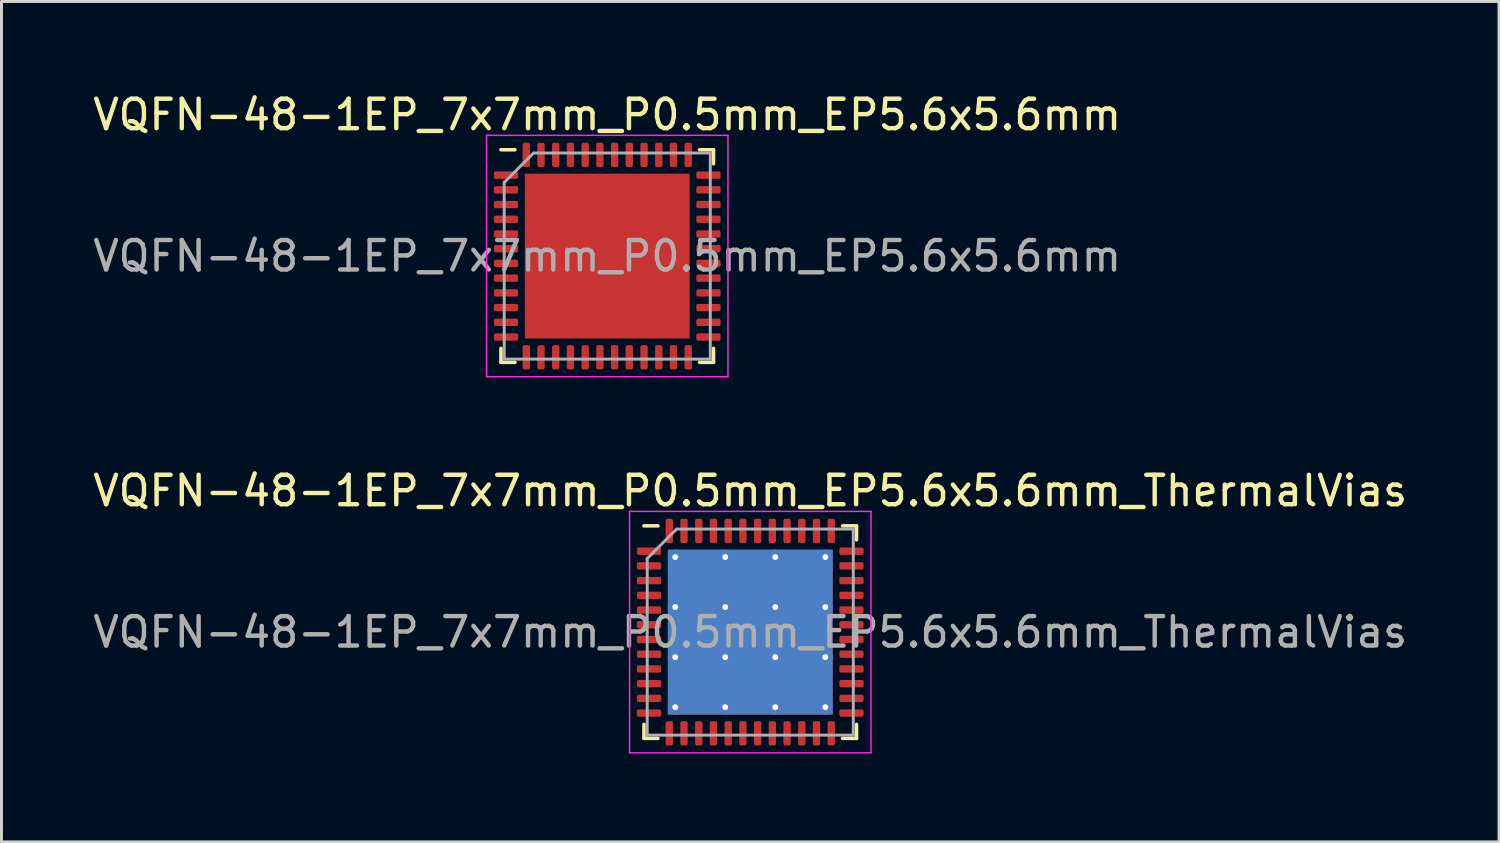
<source format=kicad_pcb>
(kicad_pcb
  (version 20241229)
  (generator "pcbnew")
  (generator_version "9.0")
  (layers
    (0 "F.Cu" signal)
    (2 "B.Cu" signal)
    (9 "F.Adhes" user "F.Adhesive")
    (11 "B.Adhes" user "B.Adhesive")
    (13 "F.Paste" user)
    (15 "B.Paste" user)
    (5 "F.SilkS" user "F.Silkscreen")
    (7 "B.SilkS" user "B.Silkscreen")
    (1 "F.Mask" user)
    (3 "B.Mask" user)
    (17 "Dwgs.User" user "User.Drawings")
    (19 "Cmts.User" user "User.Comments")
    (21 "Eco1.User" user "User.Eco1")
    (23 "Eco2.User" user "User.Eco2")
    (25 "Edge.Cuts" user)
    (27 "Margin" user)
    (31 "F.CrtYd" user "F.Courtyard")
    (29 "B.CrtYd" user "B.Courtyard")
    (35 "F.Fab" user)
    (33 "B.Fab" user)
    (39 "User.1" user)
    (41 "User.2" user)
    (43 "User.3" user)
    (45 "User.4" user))
  (footprint "VQFN-48-1EP_7x7mm_P0.5mm_EP5.6x5.6mm"
    (layer "F.Cu")
    (at 17.577 5.648)
    (property "Reference" "VQFN-48-1EP_7x7mm_P0.5mm_EP5.6x5.6mm" (at 0 -4.8 0) (layer "F.SilkS") (effects (font (size 1 1) (thickness 0.15))))
    (attr smd)
    (fp_line (start -3.61 3.61) (end -3.61 3.135) (stroke (width 0.12) (type solid)) (layer "F.SilkS"))
    (fp_line (start -3.135 -3.61) (end -3.61 -3.61) (stroke (width 0.12) (type solid)) (layer "F.SilkS"))
    (fp_line (start -3.135 3.61) (end -3.61 3.61) (stroke (width 0.12) (type solid)) (layer "F.SilkS"))
    (fp_line (start 3.135 -3.61) (end 3.61 -3.61) (stroke (width 0.12) (type solid)) (layer "F.SilkS"))
    (fp_line (start 3.135 3.61) (end 3.61 3.61) (stroke (width 0.12) (type solid)) (layer "F.SilkS"))
    (fp_line (start 3.61 -3.61) (end 3.61 -3.135) (stroke (width 0.12) (type solid)) (layer "F.SilkS"))
    (fp_line (start 3.61 3.61) (end 3.61 3.135) (stroke (width 0.12) (type solid)) (layer "F.SilkS"))
    (fp_line (start -4.1 -4.1) (end -4.1 4.1) (stroke (width 0.05) (type solid)) (layer "F.CrtYd"))
    (fp_line (start -4.1 4.1) (end 4.1 4.1) (stroke (width 0.05) (type solid)) (layer "F.CrtYd"))
    (fp_line (start 4.1 -4.1) (end -4.1 -4.1) (stroke (width 0.05) (type solid)) (layer "F.CrtYd"))
    (fp_line (start 4.1 4.1) (end 4.1 -4.1) (stroke (width 0.05) (type solid)) (layer "F.CrtYd"))
    (fp_line (start -3.5 -2.5) (end -2.5 -3.5) (stroke (width 0.1) (type solid)) (layer "F.Fab"))
    (fp_line (start -3.5 3.5) (end -3.5 -2.5) (stroke (width 0.1) (type solid)) (layer "F.Fab"))
    (fp_line (start -2.5 -3.5) (end 3.5 -3.5) (stroke (width 0.1) (type solid)) (layer "F.Fab"))
    (fp_line (start 3.5 -3.5) (end 3.5 3.5) (stroke (width 0.1) (type solid)) (layer "F.Fab"))
    (fp_line (start 3.5 3.5) (end -3.5 3.5) (stroke (width 0.1) (type solid)) (layer "F.Fab"))
    (fp_text user "${REFERENCE}" (at 0 0 0) (layer "F.Fab") (effects (font (size 1 1) (thickness 0.15))))
    (pad "" smd roundrect (at -1.87 -1.87) (size 1.5 1.5) (layers "F.Paste") (roundrect_rratio 0.167))
    (pad "" smd roundrect (at -1.87 0) (size 1.5 1.5) (layers "F.Paste") (roundrect_rratio 0.167))
    (pad "" smd roundrect (at -1.87 1.87) (size 1.5 1.5) (layers "F.Paste") (roundrect_rratio 0.167))
    (pad "" smd roundrect (at 0 -1.87) (size 1.5 1.5) (layers "F.Paste") (roundrect_rratio 0.167))
    (pad "" smd roundrect (at 0 0) (size 1.5 1.5) (layers "F.Paste") (roundrect_rratio 0.167))
    (pad "" smd roundrect (at 0 1.87) (size 1.5 1.5) (layers "F.Paste") (roundrect_rratio 0.167))
    (pad "" smd roundrect (at 1.87 -1.87) (size 1.5 1.5) (layers "F.Paste") (roundrect_rratio 0.167))
    (pad "" smd roundrect (at 1.87 0) (size 1.5 1.5) (layers "F.Paste") (roundrect_rratio 0.167))
    (pad "" smd roundrect (at 1.87 1.87) (size 1.5 1.5) (layers "F.Paste") (roundrect_rratio 0.167))
    (pad "1" smd roundrect (at -3.438 -2.75) (size 0.825 0.25) (layers "F.Cu" "F.Mask" "F.Paste") (roundrect_rratio 0.25))
    (pad "2" smd roundrect (at -3.438 -2.25) (size 0.825 0.25) (layers "F.Cu" "F.Mask" "F.Paste") (roundrect_rratio 0.25))
    (pad "3" smd roundrect (at -3.438 -1.75) (size 0.825 0.25) (layers "F.Cu" "F.Mask" "F.Paste") (roundrect_rratio 0.25))
    (pad "4" smd roundrect (at -3.438 -1.25) (size 0.825 0.25) (layers "F.Cu" "F.Mask" "F.Paste") (roundrect_rratio 0.25))
    (pad "5" smd roundrect (at -3.438 -0.75) (size 0.825 0.25) (layers "F.Cu" "F.Mask" "F.Paste") (roundrect_rratio 0.25))
    (pad "6" smd roundrect (at -3.438 -0.25) (size 0.825 0.25) (layers "F.Cu" "F.Mask" "F.Paste") (roundrect_rratio 0.25))
    (pad "7" smd roundrect (at -3.438 0.25) (size 0.825 0.25) (layers "F.Cu" "F.Mask" "F.Paste") (roundrect_rratio 0.25))
    (pad "8" smd roundrect (at -3.438 0.75) (size 0.825 0.25) (layers "F.Cu" "F.Mask" "F.Paste") (roundrect_rratio 0.25))
    (pad "9" smd roundrect (at -3.438 1.25) (size 0.825 0.25) (layers "F.Cu" "F.Mask" "F.Paste") (roundrect_rratio 0.25))
    (pad "10" smd roundrect (at -3.438 1.75) (size 0.825 0.25) (layers "F.Cu" "F.Mask" "F.Paste") (roundrect_rratio 0.25))
    (pad "11" smd roundrect (at -3.438 2.25) (size 0.825 0.25) (layers "F.Cu" "F.Mask" "F.Paste") (roundrect_rratio 0.25))
    (pad "12" smd roundrect (at -3.438 2.75) (size 0.825 0.25) (layers "F.Cu" "F.Mask" "F.Paste") (roundrect_rratio 0.25))
    (pad "13" smd roundrect (at -2.75 3.438) (size 0.25 0.825) (layers "F.Cu" "F.Mask" "F.Paste") (roundrect_rratio 0.25))
    (pad "14" smd roundrect (at -2.25 3.438) (size 0.25 0.825) (layers "F.Cu" "F.Mask" "F.Paste") (roundrect_rratio 0.25))
    (pad "15" smd roundrect (at -1.75 3.438) (size 0.25 0.825) (layers "F.Cu" "F.Mask" "F.Paste") (roundrect_rratio 0.25))
    (pad "16" smd roundrect (at -1.25 3.438) (size 0.25 0.825) (layers "F.Cu" "F.Mask" "F.Paste") (roundrect_rratio 0.25))
    (pad "17" smd roundrect (at -0.75 3.438) (size 0.25 0.825) (layers "F.Cu" "F.Mask" "F.Paste") (roundrect_rratio 0.25))
    (pad "18" smd roundrect (at -0.25 3.438) (size 0.25 0.825) (layers "F.Cu" "F.Mask" "F.Paste") (roundrect_rratio 0.25))
    (pad "19" smd roundrect (at 0.25 3.438) (size 0.25 0.825) (layers "F.Cu" "F.Mask" "F.Paste") (roundrect_rratio 0.25))
    (pad "20" smd roundrect (at 0.75 3.438) (size 0.25 0.825) (layers "F.Cu" "F.Mask" "F.Paste") (roundrect_rratio 0.25))
    (pad "21" smd roundrect (at 1.25 3.438) (size 0.25 0.825) (layers "F.Cu" "F.Mask" "F.Paste") (roundrect_rratio 0.25))
    (pad "22" smd roundrect (at 1.75 3.438) (size 0.25 0.825) (layers "F.Cu" "F.Mask" "F.Paste") (roundrect_rratio 0.25))
    (pad "23" smd roundrect (at 2.25 3.438) (size 0.25 0.825) (layers "F.Cu" "F.Mask" "F.Paste") (roundrect_rratio 0.25))
    (pad "24" smd roundrect (at 2.75 3.438) (size 0.25 0.825) (layers "F.Cu" "F.Mask" "F.Paste") (roundrect_rratio 0.25))
    (pad "25" smd roundrect (at 3.438 2.75) (size 0.825 0.25) (layers "F.Cu" "F.Mask" "F.Paste") (roundrect_rratio 0.25))
    (pad "26" smd roundrect (at 3.438 2.25) (size 0.825 0.25) (layers "F.Cu" "F.Mask" "F.Paste") (roundrect_rratio 0.25))
    (pad "27" smd roundrect (at 3.438 1.75) (size 0.825 0.25) (layers "F.Cu" "F.Mask" "F.Paste") (roundrect_rratio 0.25))
    (pad "28" smd roundrect (at 3.438 1.25) (size 0.825 0.25) (layers "F.Cu" "F.Mask" "F.Paste") (roundrect_rratio 0.25))
    (pad "29" smd roundrect (at 3.438 0.75) (size 0.825 0.25) (layers "F.Cu" "F.Mask" "F.Paste") (roundrect_rratio 0.25))
    (pad "30" smd roundrect (at 3.438 0.25) (size 0.825 0.25) (layers "F.Cu" "F.Mask" "F.Paste") (roundrect_rratio 0.25))
    (pad "31" smd roundrect (at 3.438 -0.25) (size 0.825 0.25) (layers "F.Cu" "F.Mask" "F.Paste") (roundrect_rratio 0.25))
    (pad "32" smd roundrect (at 3.438 -0.75) (size 0.825 0.25) (layers "F.Cu" "F.Mask" "F.Paste") (roundrect_rratio 0.25))
    (pad "33" smd roundrect (at 3.438 -1.25) (size 0.825 0.25) (layers "F.Cu" "F.Mask" "F.Paste") (roundrect_rratio 0.25))
    (pad "34" smd roundrect (at 3.438 -1.75) (size 0.825 0.25) (layers "F.Cu" "F.Mask" "F.Paste") (roundrect_rratio 0.25))
    (pad "35" smd roundrect (at 3.438 -2.25) (size 0.825 0.25) (layers "F.Cu" "F.Mask" "F.Paste") (roundrect_rratio 0.25))
    (pad "36" smd roundrect (at 3.438 -2.75) (size 0.825 0.25) (layers "F.Cu" "F.Mask" "F.Paste") (roundrect_rratio 0.25))
    (pad "37" smd roundrect (at 2.75 -3.438) (size 0.25 0.825) (layers "F.Cu" "F.Mask" "F.Paste") (roundrect_rratio 0.25))
    (pad "38" smd roundrect (at 2.25 -3.438) (size 0.25 0.825) (layers "F.Cu" "F.Mask" "F.Paste") (roundrect_rratio 0.25))
    (pad "39" smd roundrect (at 1.75 -3.438) (size 0.25 0.825) (layers "F.Cu" "F.Mask" "F.Paste") (roundrect_rratio 0.25))
    (pad "40" smd roundrect (at 1.25 -3.438) (size 0.25 0.825) (layers "F.Cu" "F.Mask" "F.Paste") (roundrect_rratio 0.25))
    (pad "41" smd roundrect (at 0.75 -3.438) (size 0.25 0.825) (layers "F.Cu" "F.Mask" "F.Paste") (roundrect_rratio 0.25))
    (pad "42" smd roundrect (at 0.25 -3.438) (size 0.25 0.825) (layers "F.Cu" "F.Mask" "F.Paste") (roundrect_rratio 0.25))
    (pad "43" smd roundrect (at -0.25 -3.438) (size 0.25 0.825) (layers "F.Cu" "F.Mask" "F.Paste") (roundrect_rratio 0.25))
    (pad "44" smd roundrect (at -0.75 -3.438) (size 0.25 0.825) (layers "F.Cu" "F.Mask" "F.Paste") (roundrect_rratio 0.25))
    (pad "45" smd roundrect (at -1.25 -3.438) (size 0.25 0.825) (layers "F.Cu" "F.Mask" "F.Paste") (roundrect_rratio 0.25))
    (pad "46" smd roundrect (at -1.75 -3.438) (size 0.25 0.825) (layers "F.Cu" "F.Mask" "F.Paste") (roundrect_rratio 0.25))
    (pad "47" smd roundrect (at -2.25 -3.438) (size 0.25 0.825) (layers "F.Cu" "F.Mask" "F.Paste") (roundrect_rratio 0.25))
    (pad "48" smd roundrect (at -2.75 -3.438) (size 0.25 0.825) (layers "F.Cu" "F.Mask" "F.Paste") (roundrect_rratio 0.25))
    (pad "49" smd rect (at 0 0) (size 5.6 5.6) (layers "F.Cu" "F.Mask")))
  (footprint "VQFN-48-1EP_7x7mm_P0.5mm_EP5.6x5.6mm_ThermalVias"
    (layer "F.Cu")
    (at 22.435 18.422)
    (property "Reference" "VQFN-48-1EP_7x7mm_P0.5mm_EP5.6x5.6mm_ThermalVias" (at 0 -4.8 0) (layer "F.SilkS") (effects (font (size 1 1) (thickness 0.15))))
    (attr smd)
    (fp_line (start -3.61 3.61) (end -3.61 3.135) (stroke (width 0.12) (type solid)) (layer "F.SilkS"))
    (fp_line (start -3.135 -3.61) (end -3.61 -3.61) (stroke (width 0.12) (type solid)) (layer "F.SilkS"))
    (fp_line (start -3.135 3.61) (end -3.61 3.61) (stroke (width 0.12) (type solid)) (layer "F.SilkS"))
    (fp_line (start 3.135 -3.61) (end 3.61 -3.61) (stroke (width 0.12) (type solid)) (layer "F.SilkS"))
    (fp_line (start 3.135 3.61) (end 3.61 3.61) (stroke (width 0.12) (type solid)) (layer "F.SilkS"))
    (fp_line (start 3.61 -3.61) (end 3.61 -3.135) (stroke (width 0.12) (type solid)) (layer "F.SilkS"))
    (fp_line (start 3.61 3.61) (end 3.61 3.135) (stroke (width 0.12) (type solid)) (layer "F.SilkS"))
    (fp_line (start -4.1 -4.1) (end -4.1 4.1) (stroke (width 0.05) (type solid)) (layer "F.CrtYd"))
    (fp_line (start -4.1 4.1) (end 4.1 4.1) (stroke (width 0.05) (type solid)) (layer "F.CrtYd"))
    (fp_line (start 4.1 -4.1) (end -4.1 -4.1) (stroke (width 0.05) (type solid)) (layer "F.CrtYd"))
    (fp_line (start 4.1 4.1) (end 4.1 -4.1) (stroke (width 0.05) (type solid)) (layer "F.CrtYd"))
    (fp_line (start -3.5 -2.5) (end -2.5 -3.5) (stroke (width 0.1) (type solid)) (layer "F.Fab"))
    (fp_line (start -3.5 3.5) (end -3.5 -2.5) (stroke (width 0.1) (type solid)) (layer "F.Fab"))
    (fp_line (start -2.5 -3.5) (end 3.5 -3.5) (stroke (width 0.1) (type solid)) (layer "F.Fab"))
    (fp_line (start 3.5 -3.5) (end 3.5 3.5) (stroke (width 0.1) (type solid)) (layer "F.Fab"))
    (fp_line (start 3.5 3.5) (end -3.5 3.5) (stroke (width 0.1) (type solid)) (layer "F.Fab"))
    (fp_text user "${REFERENCE}" (at 0 0 0) (layer "F.Fab") (effects (font (size 1 1) (thickness 0.15))))
    (pad "" smd roundrect (at -1.87 -1.87) (size 1.5 1.5) (layers "F.Paste") (roundrect_rratio 0.167))
    (pad "" smd roundrect (at -1.87 0) (size 1.5 1.5) (layers "F.Paste") (roundrect_rratio 0.167))
    (pad "" smd roundrect (at -1.87 1.87) (size 1.5 1.5) (layers "F.Paste") (roundrect_rratio 0.167))
    (pad "" smd roundrect (at 0 -1.87) (size 1.5 1.5) (layers "F.Paste") (roundrect_rratio 0.167))
    (pad "" smd roundrect (at 0 0) (size 1.5 1.5) (layers "F.Paste") (roundrect_rratio 0.167))
    (pad "" smd roundrect (at 0 1.87) (size 1.5 1.5) (layers "F.Paste") (roundrect_rratio 0.167))
    (pad "" smd roundrect (at 1.87 -1.87) (size 1.5 1.5) (layers "F.Paste") (roundrect_rratio 0.167))
    (pad "" smd roundrect (at 1.87 0) (size 1.5 1.5) (layers "F.Paste") (roundrect_rratio 0.167))
    (pad "" smd roundrect (at 1.87 1.87) (size 1.5 1.5) (layers "F.Paste") (roundrect_rratio 0.167))
    (pad "1" smd roundrect (at -3.438 -2.75) (size 0.825 0.25) (layers "F.Cu" "F.Mask" "F.Paste") (roundrect_rratio 0.25))
    (pad "2" smd roundrect (at -3.438 -2.25) (size 0.825 0.25) (layers "F.Cu" "F.Mask" "F.Paste") (roundrect_rratio 0.25))
    (pad "3" smd roundrect (at -3.438 -1.75) (size 0.825 0.25) (layers "F.Cu" "F.Mask" "F.Paste") (roundrect_rratio 0.25))
    (pad "4" smd roundrect (at -3.438 -1.25) (size 0.825 0.25) (layers "F.Cu" "F.Mask" "F.Paste") (roundrect_rratio 0.25))
    (pad "5" smd roundrect (at -3.438 -0.75) (size 0.825 0.25) (layers "F.Cu" "F.Mask" "F.Paste") (roundrect_rratio 0.25))
    (pad "6" smd roundrect (at -3.438 -0.25) (size 0.825 0.25) (layers "F.Cu" "F.Mask" "F.Paste") (roundrect_rratio 0.25))
    (pad "7" smd roundrect (at -3.438 0.25) (size 0.825 0.25) (layers "F.Cu" "F.Mask" "F.Paste") (roundrect_rratio 0.25))
    (pad "8" smd roundrect (at -3.438 0.75) (size 0.825 0.25) (layers "F.Cu" "F.Mask" "F.Paste") (roundrect_rratio 0.25))
    (pad "9" smd roundrect (at -3.438 1.25) (size 0.825 0.25) (layers "F.Cu" "F.Mask" "F.Paste") (roundrect_rratio 0.25))
    (pad "10" smd roundrect (at -3.438 1.75) (size 0.825 0.25) (layers "F.Cu" "F.Mask" "F.Paste") (roundrect_rratio 0.25))
    (pad "11" smd roundrect (at -3.438 2.25) (size 0.825 0.25) (layers "F.Cu" "F.Mask" "F.Paste") (roundrect_rratio 0.25))
    (pad "12" smd roundrect (at -3.438 2.75) (size 0.825 0.25) (layers "F.Cu" "F.Mask" "F.Paste") (roundrect_rratio 0.25))
    (pad "13" smd roundrect (at -2.75 3.438) (size 0.25 0.825) (layers "F.Cu" "F.Mask" "F.Paste") (roundrect_rratio 0.25))
    (pad "14" smd roundrect (at -2.25 3.438) (size 0.25 0.825) (layers "F.Cu" "F.Mask" "F.Paste") (roundrect_rratio 0.25))
    (pad "15" smd roundrect (at -1.75 3.438) (size 0.25 0.825) (layers "F.Cu" "F.Mask" "F.Paste") (roundrect_rratio 0.25))
    (pad "16" smd roundrect (at -1.25 3.438) (size 0.25 0.825) (layers "F.Cu" "F.Mask" "F.Paste") (roundrect_rratio 0.25))
    (pad "17" smd roundrect (at -0.75 3.438) (size 0.25 0.825) (layers "F.Cu" "F.Mask" "F.Paste") (roundrect_rratio 0.25))
    (pad "18" smd roundrect (at -0.25 3.438) (size 0.25 0.825) (layers "F.Cu" "F.Mask" "F.Paste") (roundrect_rratio 0.25))
    (pad "19" smd roundrect (at 0.25 3.438) (size 0.25 0.825) (layers "F.Cu" "F.Mask" "F.Paste") (roundrect_rratio 0.25))
    (pad "20" smd roundrect (at 0.75 3.438) (size 0.25 0.825) (layers "F.Cu" "F.Mask" "F.Paste") (roundrect_rratio 0.25))
    (pad "21" smd roundrect (at 1.25 3.438) (size 0.25 0.825) (layers "F.Cu" "F.Mask" "F.Paste") (roundrect_rratio 0.25))
    (pad "22" smd roundrect (at 1.75 3.438) (size 0.25 0.825) (layers "F.Cu" "F.Mask" "F.Paste") (roundrect_rratio 0.25))
    (pad "23" smd roundrect (at 2.25 3.438) (size 0.25 0.825) (layers "F.Cu" "F.Mask" "F.Paste") (roundrect_rratio 0.25))
    (pad "24" smd roundrect (at 2.75 3.438) (size 0.25 0.825) (layers "F.Cu" "F.Mask" "F.Paste") (roundrect_rratio 0.25))
    (pad "25" smd roundrect (at 3.438 2.75) (size 0.825 0.25) (layers "F.Cu" "F.Mask" "F.Paste") (roundrect_rratio 0.25))
    (pad "26" smd roundrect (at 3.438 2.25) (size 0.825 0.25) (layers "F.Cu" "F.Mask" "F.Paste") (roundrect_rratio 0.25))
    (pad "27" smd roundrect (at 3.438 1.75) (size 0.825 0.25) (layers "F.Cu" "F.Mask" "F.Paste") (roundrect_rratio 0.25))
    (pad "28" smd roundrect (at 3.438 1.25) (size 0.825 0.25) (layers "F.Cu" "F.Mask" "F.Paste") (roundrect_rratio 0.25))
    (pad "29" smd roundrect (at 3.438 0.75) (size 0.825 0.25) (layers "F.Cu" "F.Mask" "F.Paste") (roundrect_rratio 0.25))
    (pad "30" smd roundrect (at 3.438 0.25) (size 0.825 0.25) (layers "F.Cu" "F.Mask" "F.Paste") (roundrect_rratio 0.25))
    (pad "31" smd roundrect (at 3.438 -0.25) (size 0.825 0.25) (layers "F.Cu" "F.Mask" "F.Paste") (roundrect_rratio 0.25))
    (pad "32" smd roundrect (at 3.438 -0.75) (size 0.825 0.25) (layers "F.Cu" "F.Mask" "F.Paste") (roundrect_rratio 0.25))
    (pad "33" smd roundrect (at 3.438 -1.25) (size 0.825 0.25) (layers "F.Cu" "F.Mask" "F.Paste") (roundrect_rratio 0.25))
    (pad "34" smd roundrect (at 3.438 -1.75) (size 0.825 0.25) (layers "F.Cu" "F.Mask" "F.Paste") (roundrect_rratio 0.25))
    (pad "35" smd roundrect (at 3.438 -2.25) (size 0.825 0.25) (layers "F.Cu" "F.Mask" "F.Paste") (roundrect_rratio 0.25))
    (pad "36" smd roundrect (at 3.438 -2.75) (size 0.825 0.25) (layers "F.Cu" "F.Mask" "F.Paste") (roundrect_rratio 0.25))
    (pad "37" smd roundrect (at 2.75 -3.438) (size 0.25 0.825) (layers "F.Cu" "F.Mask" "F.Paste") (roundrect_rratio 0.25))
    (pad "38" smd roundrect (at 2.25 -3.438) (size 0.25 0.825) (layers "F.Cu" "F.Mask" "F.Paste") (roundrect_rratio 0.25))
    (pad "39" smd roundrect (at 1.75 -3.438) (size 0.25 0.825) (layers "F.Cu" "F.Mask" "F.Paste") (roundrect_rratio 0.25))
    (pad "40" smd roundrect (at 1.25 -3.438) (size 0.25 0.825) (layers "F.Cu" "F.Mask" "F.Paste") (roundrect_rratio 0.25))
    (pad "41" smd roundrect (at 0.75 -3.438) (size 0.25 0.825) (layers "F.Cu" "F.Mask" "F.Paste") (roundrect_rratio 0.25))
    (pad "42" smd roundrect (at 0.25 -3.438) (size 0.25 0.825) (layers "F.Cu" "F.Mask" "F.Paste") (roundrect_rratio 0.25))
    (pad "43" smd roundrect (at -0.25 -3.438) (size 0.25 0.825) (layers "F.Cu" "F.Mask" "F.Paste") (roundrect_rratio 0.25))
    (pad "44" smd roundrect (at -0.75 -3.438) (size 0.25 0.825) (layers "F.Cu" "F.Mask" "F.Paste") (roundrect_rratio 0.25))
    (pad "45" smd roundrect (at -1.25 -3.438) (size 0.25 0.825) (layers "F.Cu" "F.Mask" "F.Paste") (roundrect_rratio 0.25))
    (pad "46" smd roundrect (at -1.75 -3.438) (size 0.25 0.825) (layers "F.Cu" "F.Mask" "F.Paste") (roundrect_rratio 0.25))
    (pad "47" smd roundrect (at -2.25 -3.438) (size 0.25 0.825) (layers "F.Cu" "F.Mask" "F.Paste") (roundrect_rratio 0.25))
    (pad "48" smd roundrect (at -2.75 -3.438) (size 0.25 0.825) (layers "F.Cu" "F.Mask" "F.Paste") (roundrect_rratio 0.25))
    (pad "49" thru_hole circle (at -2.55 -2.55) (size 0.5 0.5) (drill 0.2) (layers "*.Cu"))
    (pad "49" thru_hole circle (at -2.55 -0.85) (size 0.5 0.5) (drill 0.2) (layers "*.Cu"))
    (pad "49" thru_hole circle (at -2.55 0.85) (size 0.5 0.5) (drill 0.2) (layers "*.Cu"))
    (pad "49" thru_hole circle (at -2.55 2.55) (size 0.5 0.5) (drill 0.2) (layers "*.Cu"))
    (pad "49" thru_hole circle (at -0.85 -2.55) (size 0.5 0.5) (drill 0.2) (layers "*.Cu"))
    (pad "49" thru_hole circle (at -0.85 -0.85) (size 0.5 0.5) (drill 0.2) (layers "*.Cu"))
    (pad "49" thru_hole circle (at -0.85 0.85) (size 0.5 0.5) (drill 0.2) (layers "*.Cu"))
    (pad "49" thru_hole circle (at -0.85 2.55) (size 0.5 0.5) (drill 0.2) (layers "*.Cu"))
    (pad "49" smd rect (at 0 0) (size 5.6 5.6) (layers "F.Cu" "F.Mask"))
    (pad "49" smd rect (at 0 0) (size 5.6 5.6) (layers "B.Cu"))
    (pad "49" thru_hole circle (at 0.85 -2.55) (size 0.5 0.5) (drill 0.2) (layers "*.Cu"))
    (pad "49" thru_hole circle (at 0.85 -0.85) (size 0.5 0.5) (drill 0.2) (layers "*.Cu"))
    (pad "49" thru_hole circle (at 0.85 0.85) (size 0.5 0.5) (drill 0.2) (layers "*.Cu"))
    (pad "49" thru_hole circle (at 0.85 2.55) (size 0.5 0.5) (drill 0.2) (layers "*.Cu"))
    (pad "49" thru_hole circle (at 2.55 -2.55) (size 0.5 0.5) (drill 0.2) (layers "*.Cu"))
    (pad "49" thru_hole circle (at 2.55 -0.85) (size 0.5 0.5) (drill 0.2) (layers "*.Cu"))
    (pad "49" thru_hole circle (at 2.55 0.85) (size 0.5 0.5) (drill 0.2) (layers "*.Cu"))
    (pad "49" thru_hole circle (at 2.55 2.55) (size 0.5 0.5) (drill 0.2) (layers "*.Cu")))
  (gr_rect
    (start -3 -3)
    (end 47.869 25.547)
    (stroke (width 0.1) (type default))
    (fill no)
    (layer "Edge.Cuts")))
</source>
